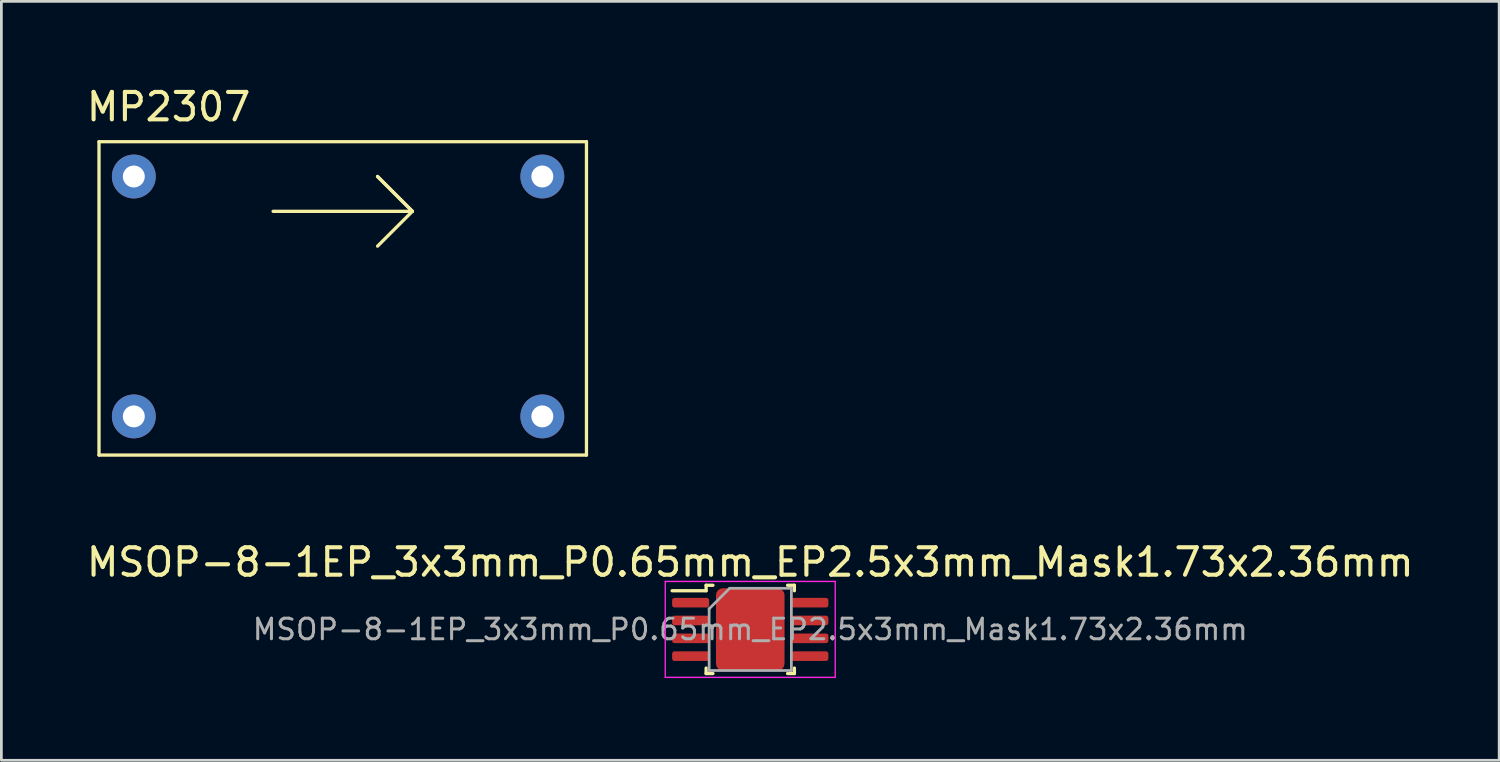
<source format=kicad_pcb>
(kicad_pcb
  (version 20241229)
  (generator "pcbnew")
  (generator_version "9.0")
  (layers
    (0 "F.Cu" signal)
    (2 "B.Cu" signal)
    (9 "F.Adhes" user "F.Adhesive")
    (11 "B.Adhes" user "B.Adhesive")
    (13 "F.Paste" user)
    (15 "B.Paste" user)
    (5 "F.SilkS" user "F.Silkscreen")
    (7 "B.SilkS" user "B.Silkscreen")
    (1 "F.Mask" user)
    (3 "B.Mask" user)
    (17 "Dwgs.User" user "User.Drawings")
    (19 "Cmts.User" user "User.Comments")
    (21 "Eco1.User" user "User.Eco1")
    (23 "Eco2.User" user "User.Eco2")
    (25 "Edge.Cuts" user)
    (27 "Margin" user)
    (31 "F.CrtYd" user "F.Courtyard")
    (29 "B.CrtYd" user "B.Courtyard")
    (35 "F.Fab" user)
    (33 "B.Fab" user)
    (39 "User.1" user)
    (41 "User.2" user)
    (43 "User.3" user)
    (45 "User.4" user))
  (footprint "MSOP-8-1EP_3x3mm_P0.65mm_EP2.5x3mm_Mask1.73x2.36mm"
    (layer "F.Cu")
    (at 24.315 19.907)
    (property "Reference" "MSOP-8-1EP_3x3mm_P0.65mm_EP2.5x3mm_Mask1.73x2.36mm" (at 0 -2.45 0) (layer "F.SilkS") (effects (font (size 1 1) (thickness 0.15))))
    (attr smd)
    (fp_line (start -1.61 -1.61) (end -1.61 -1.41) (stroke (width 0.12) (type solid)) (layer "F.SilkS"))
    (fp_line (start -1.61 -1.41) (end -2.85 -1.41) (stroke (width 0.12) (type solid)) (layer "F.SilkS"))
    (fp_line (start -1.61 1.61) (end -1.61 1.41) (stroke (width 0.12) (type solid)) (layer "F.SilkS"))
    (fp_line (start -1.361 -1.61) (end -1.61 -1.61) (stroke (width 0.12) (type solid)) (layer "F.SilkS"))
    (fp_line (start -1.361 1.61) (end -1.61 1.61) (stroke (width 0.12) (type solid)) (layer "F.SilkS"))
    (fp_line (start 1.361 -1.61) (end 1.61 -1.61) (stroke (width 0.12) (type solid)) (layer "F.SilkS"))
    (fp_line (start 1.361 1.61) (end 1.61 1.61) (stroke (width 0.12) (type solid)) (layer "F.SilkS"))
    (fp_line (start 1.61 -1.61) (end 1.61 -1.41) (stroke (width 0.12) (type solid)) (layer "F.SilkS"))
    (fp_line (start 1.61 1.61) (end 1.61 1.41) (stroke (width 0.12) (type solid)) (layer "F.SilkS"))
    (fp_line (start -3.1 -1.75) (end -3.1 1.75) (stroke (width 0.05) (type solid)) (layer "F.CrtYd"))
    (fp_line (start -3.1 1.75) (end 3.1 1.75) (stroke (width 0.05) (type solid)) (layer "F.CrtYd"))
    (fp_line (start 3.1 -1.75) (end -3.1 -1.75) (stroke (width 0.05) (type solid)) (layer "F.CrtYd"))
    (fp_line (start 3.1 1.75) (end 3.1 -1.75) (stroke (width 0.05) (type solid)) (layer "F.CrtYd"))
    (fp_line (start -1.5 -0.75) (end -0.75 -1.5) (stroke (width 0.1) (type solid)) (layer "F.Fab"))
    (fp_line (start -1.5 1.5) (end -1.5 -0.75) (stroke (width 0.1) (type solid)) (layer "F.Fab"))
    (fp_line (start -0.75 -1.5) (end 1.5 -1.5) (stroke (width 0.1) (type solid)) (layer "F.Fab"))
    (fp_line (start 1.5 -1.5) (end 1.5 1.5) (stroke (width 0.1) (type solid)) (layer "F.Fab"))
    (fp_line (start 1.5 1.5) (end -1.5 1.5) (stroke (width 0.1) (type solid)) (layer "F.Fab"))
    (fp_text user "${REFERENCE}" (at 0 0 0) (layer "F.Fab") (effects (font (size 0.75 0.75) (thickness 0.11))))
    (pad "" smd roundrect (at -0.43 -0.59) (size 0.7 0.95) (layers "F.Paste") (roundrect_rratio 0.25))
    (pad "" smd roundrect (at -0.43 0.59) (size 0.7 0.95) (layers "F.Paste") (roundrect_rratio 0.25))
    (pad "" smd roundrect (at 0 0) (size 1.73 2.36) (layers "F.Mask") (roundrect_rratio 0.145))
    (pad "" smd roundrect (at 0.43 -0.59) (size 0.7 0.95) (layers "F.Paste") (roundrect_rratio 0.25))
    (pad "" smd roundrect (at 0.43 0.59) (size 0.7 0.95) (layers "F.Paste") (roundrect_rratio 0.25))
    (pad "1" smd roundrect (at -2.175 -0.975) (size 1.35 0.35) (layers "F.Cu" "F.Mask" "F.Paste") (roundrect_rratio 0.25))
    (pad "2" smd roundrect (at -2.175 -0.325) (size 1.35 0.35) (layers "F.Cu" "F.Mask" "F.Paste") (roundrect_rratio 0.25))
    (pad "3" smd roundrect (at -2.175 0.325) (size 1.35 0.35) (layers "F.Cu" "F.Mask" "F.Paste") (roundrect_rratio 0.25))
    (pad "4" smd roundrect (at -2.175 0.975) (size 1.35 0.35) (layers "F.Cu" "F.Mask" "F.Paste") (roundrect_rratio 0.25))
    (pad "5" smd roundrect (at 2.175 0.975) (size 1.35 0.35) (layers "F.Cu" "F.Mask" "F.Paste") (roundrect_rratio 0.25))
    (pad "6" smd roundrect (at 2.175 0.325) (size 1.35 0.35) (layers "F.Cu" "F.Mask" "F.Paste") (roundrect_rratio 0.25))
    (pad "7" smd roundrect (at 2.175 -0.325) (size 1.35 0.35) (layers "F.Cu" "F.Mask" "F.Paste") (roundrect_rratio 0.25))
    (pad "8" smd roundrect (at 2.175 -0.975) (size 1.35 0.35) (layers "F.Cu" "F.Mask" "F.Paste") (roundrect_rratio 0.25))
    (pad "9" smd roundrect (at 0 0) (size 2.5 3) (layers "F.Cu") (roundrect_rratio 0.1)))
  (footprint "MP2307"
    (layer "F.Cu")
    (at 1.831 3.388)
    (property "Reference" "MP2307" (at 1.27 -2.54 0) (layer "F.SilkS") (effects (font (size 1 1) (thickness 0.15))))
    (attr through_hole)
    (fp_line (start -1.27 -1.27) (end -1.27 10.16) (stroke (width 0.12) (type solid)) (layer "F.SilkS"))
    (fp_line (start -1.27 10.16) (end 16.51 10.16) (stroke (width 0.12) (type solid)) (layer "F.SilkS"))
    (fp_line (start 5.08 1.27) (end 10.16 1.27) (stroke (width 0.12) (type solid)) (layer "F.SilkS"))
    (fp_line (start 8.89 0) (end 10.16 1.27) (stroke (width 0.12) (type solid)) (layer "F.SilkS"))
    (fp_line (start 10.16 1.27) (end 8.89 0) (stroke (width 0.12) (type solid)) (layer "F.SilkS"))
    (fp_line (start 10.16 1.27) (end 8.89 2.54) (stroke (width 0.12) (type solid)) (layer "F.SilkS"))
    (fp_line (start 16.51 -1.27) (end -1.27 -1.27) (stroke (width 0.12) (type solid)) (layer "F.SilkS"))
    (fp_line (start 16.51 10.16) (end 16.51 -1.27) (stroke (width 0.12) (type solid)) (layer "F.SilkS"))
    (pad "1" thru_hole circle (at 0 8.75) (size 1.6 1.6) (drill 0.8) (layers "*.Cu" "*.Mask"))
    (pad "2" thru_hole circle (at 0 0) (size 1.6 1.6) (drill 0.8) (layers "*.Cu" "*.Mask"))
    (pad "3" thru_hole circle (at 14.9 8.75) (size 1.6 1.6) (drill 0.8) (layers "*.Cu" "*.Mask"))
    (pad "4" thru_hole circle (at 14.9 0) (size 1.6 1.6) (drill 0.8) (layers "*.Cu" "*.Mask")))
  (gr_rect
    (start -3 -3)
    (end 51.631 24.681)
    (stroke (width 0.1) (type default))
    (fill no)
    (layer "Edge.Cuts")))
</source>
